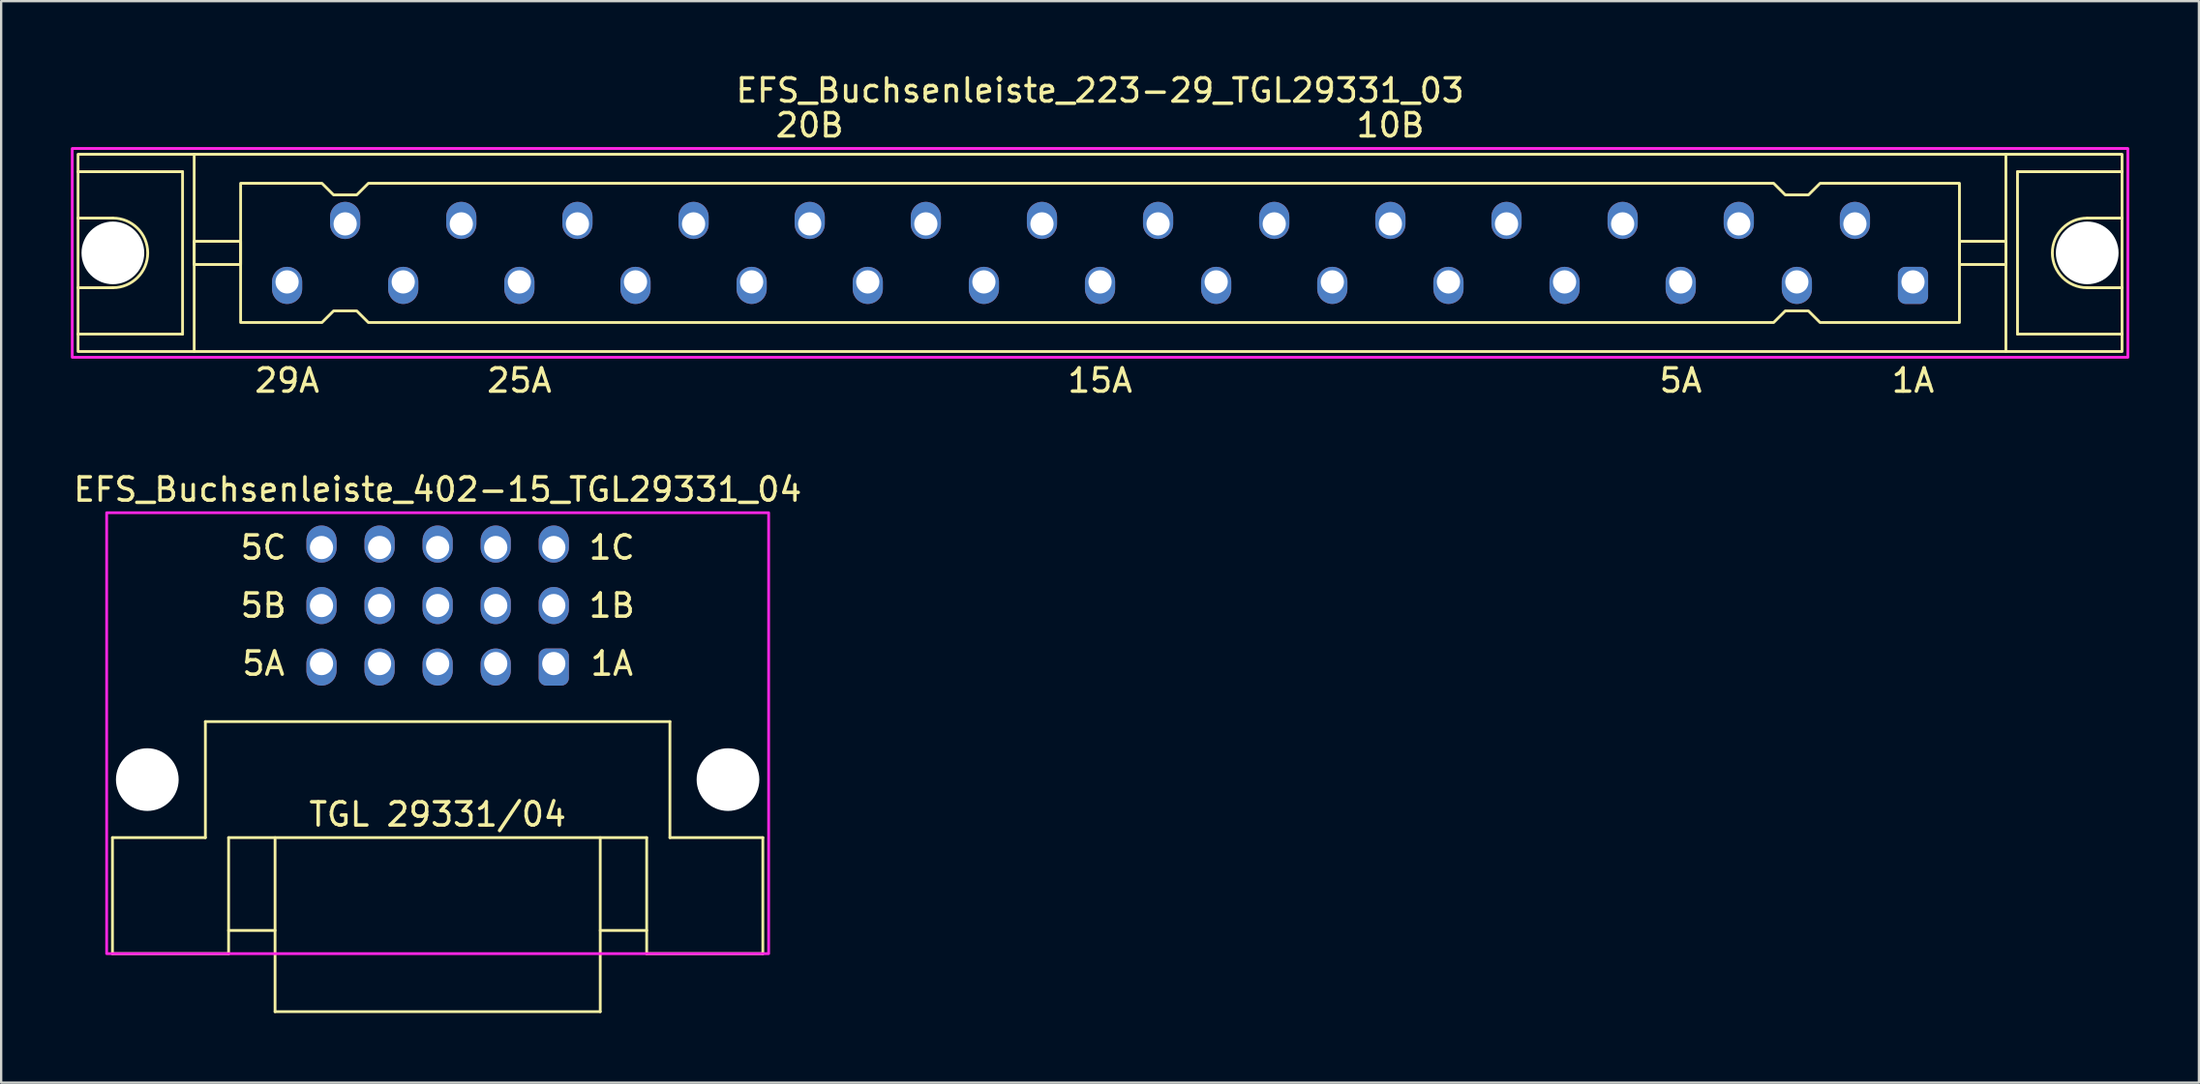
<source format=kicad_pcb>
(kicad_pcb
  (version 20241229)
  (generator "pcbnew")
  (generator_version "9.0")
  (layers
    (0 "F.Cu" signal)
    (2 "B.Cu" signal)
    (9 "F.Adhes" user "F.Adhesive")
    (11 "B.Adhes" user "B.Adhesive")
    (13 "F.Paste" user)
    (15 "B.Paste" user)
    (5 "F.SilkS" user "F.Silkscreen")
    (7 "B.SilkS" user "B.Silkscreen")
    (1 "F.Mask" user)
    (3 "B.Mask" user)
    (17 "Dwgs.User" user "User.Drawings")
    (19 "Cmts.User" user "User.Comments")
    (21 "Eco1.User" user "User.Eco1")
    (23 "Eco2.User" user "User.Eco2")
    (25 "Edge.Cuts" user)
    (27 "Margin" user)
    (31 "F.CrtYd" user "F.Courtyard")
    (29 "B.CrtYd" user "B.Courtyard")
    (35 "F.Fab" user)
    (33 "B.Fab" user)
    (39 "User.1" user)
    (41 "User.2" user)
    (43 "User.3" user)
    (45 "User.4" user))
  (footprint "EFS_Buchsenleiste_402-15_TGL29331_04"
    (layer "F.Cu")
    (at 15.792 38.045)
    (property "Reference" "EFS_Buchsenleiste_402-15_TGL29331_04" (at 0 -20 0) (layer "F.SilkS") (effects (font (size 1 1) (thickness 0.15))))
    (attr through_hole)
    (fp_line (start -14 -5) (end -14 0) (stroke (width 0.12) (type solid)) (layer "F.SilkS"))
    (fp_line (start -14 -5) (end -10 -5) (stroke (width 0.12) (type solid)) (layer "F.SilkS"))
    (fp_line (start -14 0) (end -9 0) (stroke (width 0.12) (type solid)) (layer "F.SilkS"))
    (fp_line (start -10 -10) (end -10 -5) (stroke (width 0.12) (type solid)) (layer "F.SilkS"))
    (fp_line (start -9 -5) (end -9 0) (stroke (width 0.12) (type solid)) (layer "F.SilkS"))
    (fp_line (start -9 -5) (end 9 -5) (stroke (width 0.12) (type solid)) (layer "F.SilkS"))
    (fp_line (start -7 -1) (end -9 -1) (stroke (width 0.12) (type solid)) (layer "F.SilkS"))
    (fp_line (start -7 2.5) (end -7 -5) (stroke (width 0.12) (type solid)) (layer "F.SilkS"))
    (fp_line (start -7 2.5) (end 7 2.5) (stroke (width 0.12) (type solid)) (layer "F.SilkS"))
    (fp_line (start 7 2.5) (end 7 -5) (stroke (width 0.12) (type solid)) (layer "F.SilkS"))
    (fp_line (start 9 -5) (end 9 0) (stroke (width 0.12) (type solid)) (layer "F.SilkS"))
    (fp_line (start 9 -1) (end 7 -1) (stroke (width 0.12) (type solid)) (layer "F.SilkS"))
    (fp_line (start 9 0) (end 14 0) (stroke (width 0.12) (type solid)) (layer "F.SilkS"))
    (fp_line (start 10 -10) (end -10 -10) (stroke (width 0.12) (type solid)) (layer "F.SilkS"))
    (fp_line (start 10 -10) (end 10 -5) (stroke (width 0.12) (type solid)) (layer "F.SilkS"))
    (fp_line (start 10 -5) (end 14 -5) (stroke (width 0.12) (type solid)) (layer "F.SilkS"))
    (fp_line (start 14 -5) (end 14 0) (stroke (width 0.12) (type solid)) (layer "F.SilkS"))
    (fp_rect (start -14.25 -19) (end 14.25 0) (stroke (width 0.12) (type solid)) (fill no) (layer "F.CrtYd"))
    (fp_text user "5B" (at -7.5 -15 180) (layer "F.SilkS") (effects (font (size 1 1) (thickness 0.15))))
    (fp_text user "5A" (at -7.5 -12.5 180) (layer "F.SilkS") (effects (font (size 1 1) (thickness 0.15))))
    (fp_text user "5C" (at -7.5 -17.5 180) (layer "F.SilkS") (effects (font (size 1 1) (thickness 0.15))))
    (fp_text user "1C" (at 7.5 -17.5 180) (layer "F.SilkS") (effects (font (size 1 1) (thickness 0.15))))
    (fp_text user "1A" (at 7.5 -12.5 180) (layer "F.SilkS") (effects (font (size 1 1) (thickness 0.15))))
    (fp_text user "TGL 29331/04" (at 0 -6 0) (unlocked yes) (layer "F.SilkS") (effects (font (size 1 1) (thickness 0.15))))
    (fp_text user "1B" (at 7.5 -15 180) (layer "F.SilkS") (effects (font (size 1 1) (thickness 0.15))))
    (pad "" np_thru_hole circle (at -12.5 -7.5 180) (size 2.7 2.7) (drill 2.7) (layers "*.Cu" "*.Mask"))
    (pad "" np_thru_hole circle (at 12.5 -7.5 180) (size 2.7 2.7) (drill 2.7) (layers "*.Cu" "*.Mask"))
    (pad "1a" thru_hole roundrect (at 5 -12.5 180) (size 1.3 1.6) (drill 1 (offset 0 -0.15)) (layers "*.Cu" "*.Mask") (roundrect_rratio 0.25))
    (pad "1b" thru_hole oval (at 5 -15 180) (size 1.3 1.6) (drill 1) (layers "*.Cu" "*.Mask"))
    (pad "1c" thru_hole oval (at 5 -17.5 180) (size 1.3 1.6) (drill 1 (offset 0 0.15)) (layers "*.Cu" "*.Mask"))
    (pad "2a" thru_hole oval (at 2.5 -12.5 180) (size 1.3 1.6) (drill 1 (offset 0 -0.15)) (layers "*.Cu" "*.Mask"))
    (pad "2b" thru_hole oval (at 2.5 -15 180) (size 1.3 1.6) (drill 1) (layers "*.Cu" "*.Mask"))
    (pad "2c" thru_hole oval (at 2.5 -17.5 180) (size 1.3 1.6) (drill 1 (offset 0 0.15)) (layers "*.Cu" "*.Mask"))
    (pad "3a" thru_hole oval (at 0 -12.5 180) (size 1.3 1.6) (drill 1 (offset 0 -0.15)) (layers "*.Cu" "*.Mask"))
    (pad "3b" thru_hole oval (at 0 -15 180) (size 1.3 1.6) (drill 1) (layers "*.Cu" "*.Mask"))
    (pad "3c" thru_hole oval (at 0 -17.5 180) (size 1.3 1.6) (drill 1 (offset 0 0.15)) (layers "*.Cu" "*.Mask"))
    (pad "4a" thru_hole oval (at -2.5 -12.5 180) (size 1.3 1.6) (drill 1 (offset 0 -0.15)) (layers "*.Cu" "*.Mask"))
    (pad "4b" thru_hole oval (at -2.5 -15 180) (size 1.3 1.6) (drill 1) (layers "*.Cu" "*.Mask"))
    (pad "4c" thru_hole oval (at -2.5 -17.5 180) (size 1.3 1.6) (drill 1 (offset 0 0.15)) (layers "*.Cu" "*.Mask"))
    (pad "5a" thru_hole oval (at -5 -12.5 180) (size 1.3 1.6) (drill 1 (offset 0 -0.15)) (layers "*.Cu" "*.Mask"))
    (pad "5b" thru_hole oval (at -5 -15 180) (size 1.3 1.6) (drill 1) (layers "*.Cu" "*.Mask"))
    (pad "5c" thru_hole oval (at -5 -17.5 180) (size 1.3 1.6) (drill 1 (offset 0 0.15)) (layers "*.Cu" "*.Mask")))
  (footprint "EFS_Buchsenleiste_223-29_TGL29331_03"
    (layer "F.Cu")
    (at 44.31 7.848)
    (property "Reference" "EFS_Buchsenleiste_223-29_TGL29331_03" (at 0 -7 180) (layer "F.SilkS") (effects (font (size 1 1) (thickness 0.15))))
    (attr through_hole)
    (fp_line (start -44 -3.5) (end -39.5 -3.5) (stroke (width 0.12) (type solid)) (layer "F.SilkS"))
    (fp_line (start -42.5 -1.5) (end -44 -1.5) (stroke (width 0.12) (type solid)) (layer "F.SilkS"))
    (fp_line (start -42.5 1.5) (end -44 1.5) (stroke (width 0.12) (type solid)) (layer "F.SilkS"))
    (fp_line (start -39.5 -3.5) (end -39.5 3.5) (stroke (width 0.12) (type solid)) (layer "F.SilkS"))
    (fp_line (start -39.5 3.5) (end -44 3.5) (stroke (width 0.12) (type solid)) (layer "F.SilkS"))
    (fp_line (start -39 4.25) (end -39 -4.25) (stroke (width 0.12) (type solid)) (layer "F.SilkS"))
    (fp_line (start 39 4.25) (end 39 -4.25) (stroke (width 0.12) (type solid)) (layer "F.SilkS"))
    (fp_line (start 39.5 -3.5) (end 39.5 3.5) (stroke (width 0.12) (type solid)) (layer "F.SilkS"))
    (fp_line (start 39.5 3.5) (end 44 3.5) (stroke (width 0.12) (type solid)) (layer "F.SilkS"))
    (fp_line (start 42.5 -1.5) (end 44 -1.5) (stroke (width 0.12) (type solid)) (layer "F.SilkS"))
    (fp_line (start 42.5 1.5) (end 44 1.5) (stroke (width 0.12) (type solid)) (layer "F.SilkS"))
    (fp_line (start 44 -3.5) (end 39.5 -3.5) (stroke (width 0.12) (type solid)) (layer "F.SilkS"))
    (fp_rect (start -44 -4.25) (end 44 4.25) (stroke (width 0.12) (type solid)) (fill no) (layer "F.SilkS"))
    (fp_rect (start -39 -0.5) (end -37 0.5) (stroke (width 0.12) (type solid)) (fill no) (layer "F.SilkS"))
    (fp_rect (start 39 -0.5) (end 37 0.5) (stroke (width 0.12) (type solid)) (fill no) (layer "F.SilkS"))
    (fp_arc (start -42.5 -1.5) (mid -41 0) (end -42.5 1.5) (stroke (width 0.12) (type solid)) (layer "F.SilkS"))
    (fp_arc (start 42.5 1.5) (mid 41 0) (end 42.5 -1.5) (stroke (width 0.12) (type solid)) (layer "F.SilkS"))
    (fp_poly (pts (xy -33 -2.5) (xy -32 -2.5) (xy -31.5 -3) (xy 29 -3) (xy 29.5 -2.5) (xy 30.5 -2.5) (xy 31 -3) (xy 37 -3) (xy 37 3) (xy 31 3) (xy 30.5 2.5) (xy 29.5 2.5) (xy 29 3) (xy -31.5 3) (xy -32 2.5) (xy -33 2.5) (xy -33.5 3) (xy -37 3) (xy -37 -3) (xy -33.5 -3)) (stroke (width 0.12) (type solid)) (fill no) (layer "F.SilkS"))
    (fp_rect (start -44.25 -4.5) (end 44.25 4.5) (stroke (width 0.12) (type solid)) (fill no) (layer "F.CrtYd"))
    (fp_text user "1A" (at 35 5.5 180) (layer "F.SilkS") (effects (font (size 1 1) (thickness 0.15))))
    (fp_text user "15A" (at 0 5.5 180) (layer "F.SilkS") (effects (font (size 1 1) (thickness 0.15))))
    (fp_text user "29A" (at -35 5.5 180) (layer "F.SilkS") (effects (font (size 1 1) (thickness 0.15))))
    (fp_text user "20B" (at -12.5 -5.5 180) (layer "F.SilkS") (effects (font (size 1 1) (thickness 0.15))))
    (fp_text user "10B" (at 12.5 -5.5 180) (layer "F.SilkS") (effects (font (size 1 1) (thickness 0.15))))
    (fp_text user "5A" (at 25 5.5 180) (layer "F.SilkS") (effects (font (size 1 1) (thickness 0.15))))
    (fp_text user "25A" (at -25 5.5 180) (layer "F.SilkS") (effects (font (size 1 1) (thickness 0.15))))
    (pad "" np_thru_hole circle (at -42.5 0) (size 2.7 2.7) (drill 2.7) (layers "*.Cu" "*.Mask"))
    (pad "" np_thru_hole circle (at 42.5 0) (size 2.7 2.7) (drill 2.7) (layers "*.Cu" "*.Mask"))
    (pad "1a" thru_hole roundrect (at 35 1.25 180) (size 1.3 1.6) (drill 1 (offset 0 -0.15)) (layers "*.Cu" "*.Mask") (roundrect_rratio 0.25))
    (pad "2b" thru_hole oval (at 32.5 -1.25 180) (size 1.3 1.6) (drill 1 (offset 0 0.15)) (layers "*.Cu" "*.Mask"))
    (pad "3a" thru_hole oval (at 30 1.25 180) (size 1.3 1.6) (drill 1 (offset 0 -0.15)) (layers "*.Cu" "*.Mask"))
    (pad "4b" thru_hole oval (at 27.5 -1.25 180) (size 1.3 1.6) (drill 1 (offset 0 0.15)) (layers "*.Cu" "*.Mask"))
    (pad "5a" thru_hole oval (at 25 1.25 180) (size 1.3 1.6) (drill 1 (offset 0 -0.15)) (layers "*.Cu" "*.Mask"))
    (pad "6b" thru_hole oval (at 22.5 -1.25 180) (size 1.3 1.6) (drill 1 (offset 0 0.15)) (layers "*.Cu" "*.Mask"))
    (pad "7a" thru_hole oval (at 20 1.25 180) (size 1.3 1.6) (drill 1 (offset 0 -0.15)) (layers "*.Cu" "*.Mask"))
    (pad "8b" thru_hole oval (at 17.5 -1.25 180) (size 1.3 1.6) (drill 1 (offset 0 0.15)) (layers "*.Cu" "*.Mask"))
    (pad "9a" thru_hole oval (at 15 1.25 180) (size 1.3 1.6) (drill 1 (offset 0 -0.15)) (layers "*.Cu" "*.Mask"))
    (pad "10b" thru_hole oval (at 12.5 -1.25 180) (size 1.3 1.6) (drill 1 (offset 0 0.15)) (layers "*.Cu" "*.Mask"))
    (pad "11a" thru_hole oval (at 10 1.25 180) (size 1.3 1.6) (drill 1 (offset 0 -0.15)) (layers "*.Cu" "*.Mask"))
    (pad "12b" thru_hole oval (at 7.5 -1.25 180) (size 1.3 1.6) (drill 1 (offset 0 0.15)) (layers "*.Cu" "*.Mask"))
    (pad "13a" thru_hole oval (at 5 1.25 180) (size 1.3 1.6) (drill 1 (offset 0 -0.15)) (layers "*.Cu" "*.Mask"))
    (pad "14b" thru_hole oval (at 2.5 -1.25 180) (size 1.3 1.6) (drill 1 (offset 0 0.15)) (layers "*.Cu" "*.Mask"))
    (pad "15a" thru_hole oval (at 0 1.25 180) (size 1.3 1.6) (drill 1 (offset 0 -0.15)) (layers "*.Cu" "*.Mask"))
    (pad "16b" thru_hole oval (at -2.5 -1.25 180) (size 1.3 1.6) (drill 1 (offset 0 0.15)) (layers "*.Cu" "*.Mask"))
    (pad "17a" thru_hole oval (at -5 1.25 180) (size 1.3 1.6) (drill 1 (offset 0 -0.15)) (layers "*.Cu" "*.Mask"))
    (pad "18b" thru_hole oval (at -7.5 -1.25 180) (size 1.3 1.6) (drill 1 (offset 0 0.15)) (layers "*.Cu" "*.Mask"))
    (pad "19a" thru_hole oval (at -10 1.25 180) (size 1.3 1.6) (drill 1 (offset 0 -0.15)) (layers "*.Cu" "*.Mask"))
    (pad "20b" thru_hole oval (at -12.5 -1.25 180) (size 1.3 1.6) (drill 1 (offset 0 0.15)) (layers "*.Cu" "*.Mask"))
    (pad "21a" thru_hole oval (at -15 1.25 180) (size 1.3 1.6) (drill 1 (offset 0 -0.15)) (layers "*.Cu" "*.Mask"))
    (pad "22b" thru_hole oval (at -17.5 -1.25 180) (size 1.3 1.6) (drill 1 (offset 0 0.15)) (layers "*.Cu" "*.Mask"))
    (pad "23a" thru_hole oval (at -20 1.25 180) (size 1.3 1.6) (drill 1 (offset 0 -0.15)) (layers "*.Cu" "*.Mask"))
    (pad "24b" thru_hole oval (at -22.5 -1.25 180) (size 1.3 1.6) (drill 1 (offset 0 0.15)) (layers "*.Cu" "*.Mask"))
    (pad "25a" thru_hole oval (at -25 1.25 180) (size 1.3 1.6) (drill 1 (offset 0 -0.15)) (layers "*.Cu" "*.Mask"))
    (pad "26b" thru_hole oval (at -27.5 -1.25 180) (size 1.3 1.6) (drill 1 (offset 0 0.15)) (layers "*.Cu" "*.Mask"))
    (pad "27a" thru_hole oval (at -30 1.25 180) (size 1.3 1.6) (drill 1 (offset 0 -0.15)) (layers "*.Cu" "*.Mask"))
    (pad "28b" thru_hole oval (at -32.5 -1.25 180) (size 1.3 1.6) (drill 1 (offset 0 0.15)) (layers "*.Cu" "*.Mask"))
    (pad "29a" thru_hole oval (at -35 1.25 180) (size 1.3 1.6) (drill 1 (offset 0 -0.15)) (layers "*.Cu" "*.Mask")))
  (gr_rect
    (start -3 -3)
    (end 91.62 43.605)
    (stroke (width 0.1) (type default))
    (fill no)
    (layer "Edge.Cuts")))
</source>
